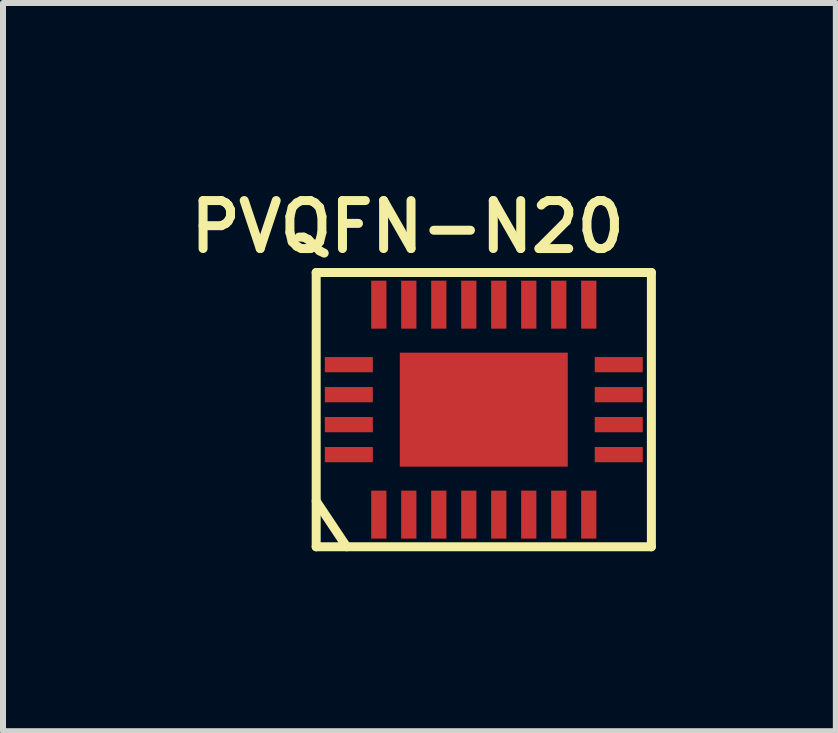
<source format=kicad_pcb>
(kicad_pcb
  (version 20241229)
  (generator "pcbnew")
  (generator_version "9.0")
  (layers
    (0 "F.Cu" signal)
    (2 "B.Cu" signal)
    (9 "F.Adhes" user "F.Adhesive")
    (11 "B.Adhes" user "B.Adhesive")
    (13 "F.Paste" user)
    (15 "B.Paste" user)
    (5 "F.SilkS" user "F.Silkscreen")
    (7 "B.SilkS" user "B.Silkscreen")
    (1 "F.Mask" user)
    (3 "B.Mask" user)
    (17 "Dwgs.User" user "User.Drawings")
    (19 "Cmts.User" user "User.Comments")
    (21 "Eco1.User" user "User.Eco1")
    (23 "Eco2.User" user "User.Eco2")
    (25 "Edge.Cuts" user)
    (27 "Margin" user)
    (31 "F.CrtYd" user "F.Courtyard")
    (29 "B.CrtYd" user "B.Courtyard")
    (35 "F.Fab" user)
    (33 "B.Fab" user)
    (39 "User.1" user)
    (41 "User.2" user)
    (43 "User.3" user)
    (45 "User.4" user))
  (footprint "PVQFN-N20"
    (layer "F.Cu")
    (at 5.015 3.779)
    (property "Reference" "PVQFN-N20" (at -1.27 -3.048 0) (layer "F.SilkS") (effects (font (size 0.8 0.8) (thickness 0.15))))
    (attr through_hole)
    (fp_line (start -2.794 -2.286) (end -2.794 2.286) (stroke (width 0.15) (type solid)) (layer "F.SilkS"))
    (fp_line (start -2.794 1.524) (end -2.286 2.286) (stroke (width 0.15) (type solid)) (layer "F.SilkS"))
    (fp_line (start -2.794 2.286) (end 2.794 2.286) (stroke (width 0.15) (type solid)) (layer "F.SilkS"))
    (fp_line (start 2.794 -2.286) (end -2.794 -2.286) (stroke (width 0.15) (type solid)) (layer "F.SilkS"))
    (fp_line (start 2.794 2.286) (end 2.794 -2.286) (stroke (width 0.15) (type solid)) (layer "F.SilkS"))
    (pad "1" smd rect (at -2.25 0.75) (size 0.8 0.254) (layers "F.Cu" "F.Mask" "F.Paste"))
    (pad "2" smd rect (at -1.75 1.75) (size 0.254 0.8) (layers "F.Cu" "F.Mask" "F.Paste"))
    (pad "3" smd rect (at -1.25 1.75) (size 0.254 0.8) (layers "F.Cu" "F.Mask" "F.Paste"))
    (pad "4" smd rect (at -0.75 1.75) (size 0.254 0.8) (layers "F.Cu" "F.Mask" "F.Paste"))
    (pad "5" smd rect (at -0.25 1.75) (size 0.254 0.8) (layers "F.Cu" "F.Mask" "F.Paste"))
    (pad "6" smd rect (at 0.25 1.75) (size 0.254 0.8) (layers "F.Cu" "F.Mask" "F.Paste"))
    (pad "7" smd rect (at 0.75 1.75) (size 0.254 0.8) (layers "F.Cu" "F.Mask" "F.Paste"))
    (pad "8" smd rect (at 1.25 1.75) (size 0.254 0.8) (layers "F.Cu" "F.Mask" "F.Paste"))
    (pad "9" smd rect (at 1.75 1.75) (size 0.254 0.8) (layers "F.Cu" "F.Mask" "F.Paste"))
    (pad "10" smd rect (at 2.25 0.75) (size 0.8 0.254) (layers "F.Cu" "F.Mask" "F.Paste"))
    (pad "11" smd rect (at 2.25 -0.75) (size 0.8 0.254) (layers "F.Cu" "F.Mask" "F.Paste"))
    (pad "12" smd rect (at 1.75 -1.75) (size 0.254 0.8) (layers "F.Cu" "F.Mask" "F.Paste"))
    (pad "13" smd rect (at 1.25 -1.75) (size 0.254 0.8) (layers "F.Cu" "F.Mask" "F.Paste"))
    (pad "14" smd rect (at 0.75 -1.75) (size 0.254 0.8) (layers "F.Cu" "F.Mask" "F.Paste"))
    (pad "15" smd rect (at 0.25 -1.75) (size 0.254 0.8) (layers "F.Cu" "F.Mask" "F.Paste"))
    (pad "16" smd rect (at -0.25 -1.75) (size 0.254 0.8) (layers "F.Cu" "F.Mask" "F.Paste"))
    (pad "17" smd rect (at -0.75 -1.75) (size 0.254 0.8) (layers "F.Cu" "F.Mask" "F.Paste"))
    (pad "18" smd rect (at -1.25 -1.75) (size 0.254 0.8) (layers "F.Cu" "F.Mask" "F.Paste"))
    (pad "19" smd rect (at -1.75 -1.75) (size 0.254 0.8) (layers "F.Cu" "F.Mask" "F.Paste"))
    (pad "20" smd rect (at -2.25 -0.75) (size 0.8 0.254) (layers "F.Cu" "F.Mask" "F.Paste"))
    (pad "TH" smd rect (at 0 0) (size 2.8 1.9) (layers "F.Cu" "F.Mask" "F.Paste"))
    (pad "TH_1" smd rect (at -2.25 0.25) (size 0.8 0.254) (layers "F.Cu" "F.Mask" "F.Paste"))
    (pad "TH_2" smd rect (at 2.25 0.25) (size 0.8 0.254) (layers "F.Cu" "F.Mask" "F.Paste"))
    (pad "TH_3" smd rect (at 2.25 -0.25) (size 0.8 0.254) (layers "F.Cu" "F.Mask" "F.Paste"))
    (pad "TH_4" smd rect (at -2.25 -0.25) (size 0.8 0.254) (layers "F.Cu" "F.Mask" "F.Paste")))
  (gr_rect
    (start -3 -3)
    (end 10.884 9.14)
    (stroke (width 0.1) (type default))
    (fill no)
    (layer "Edge.Cuts")))
</source>
